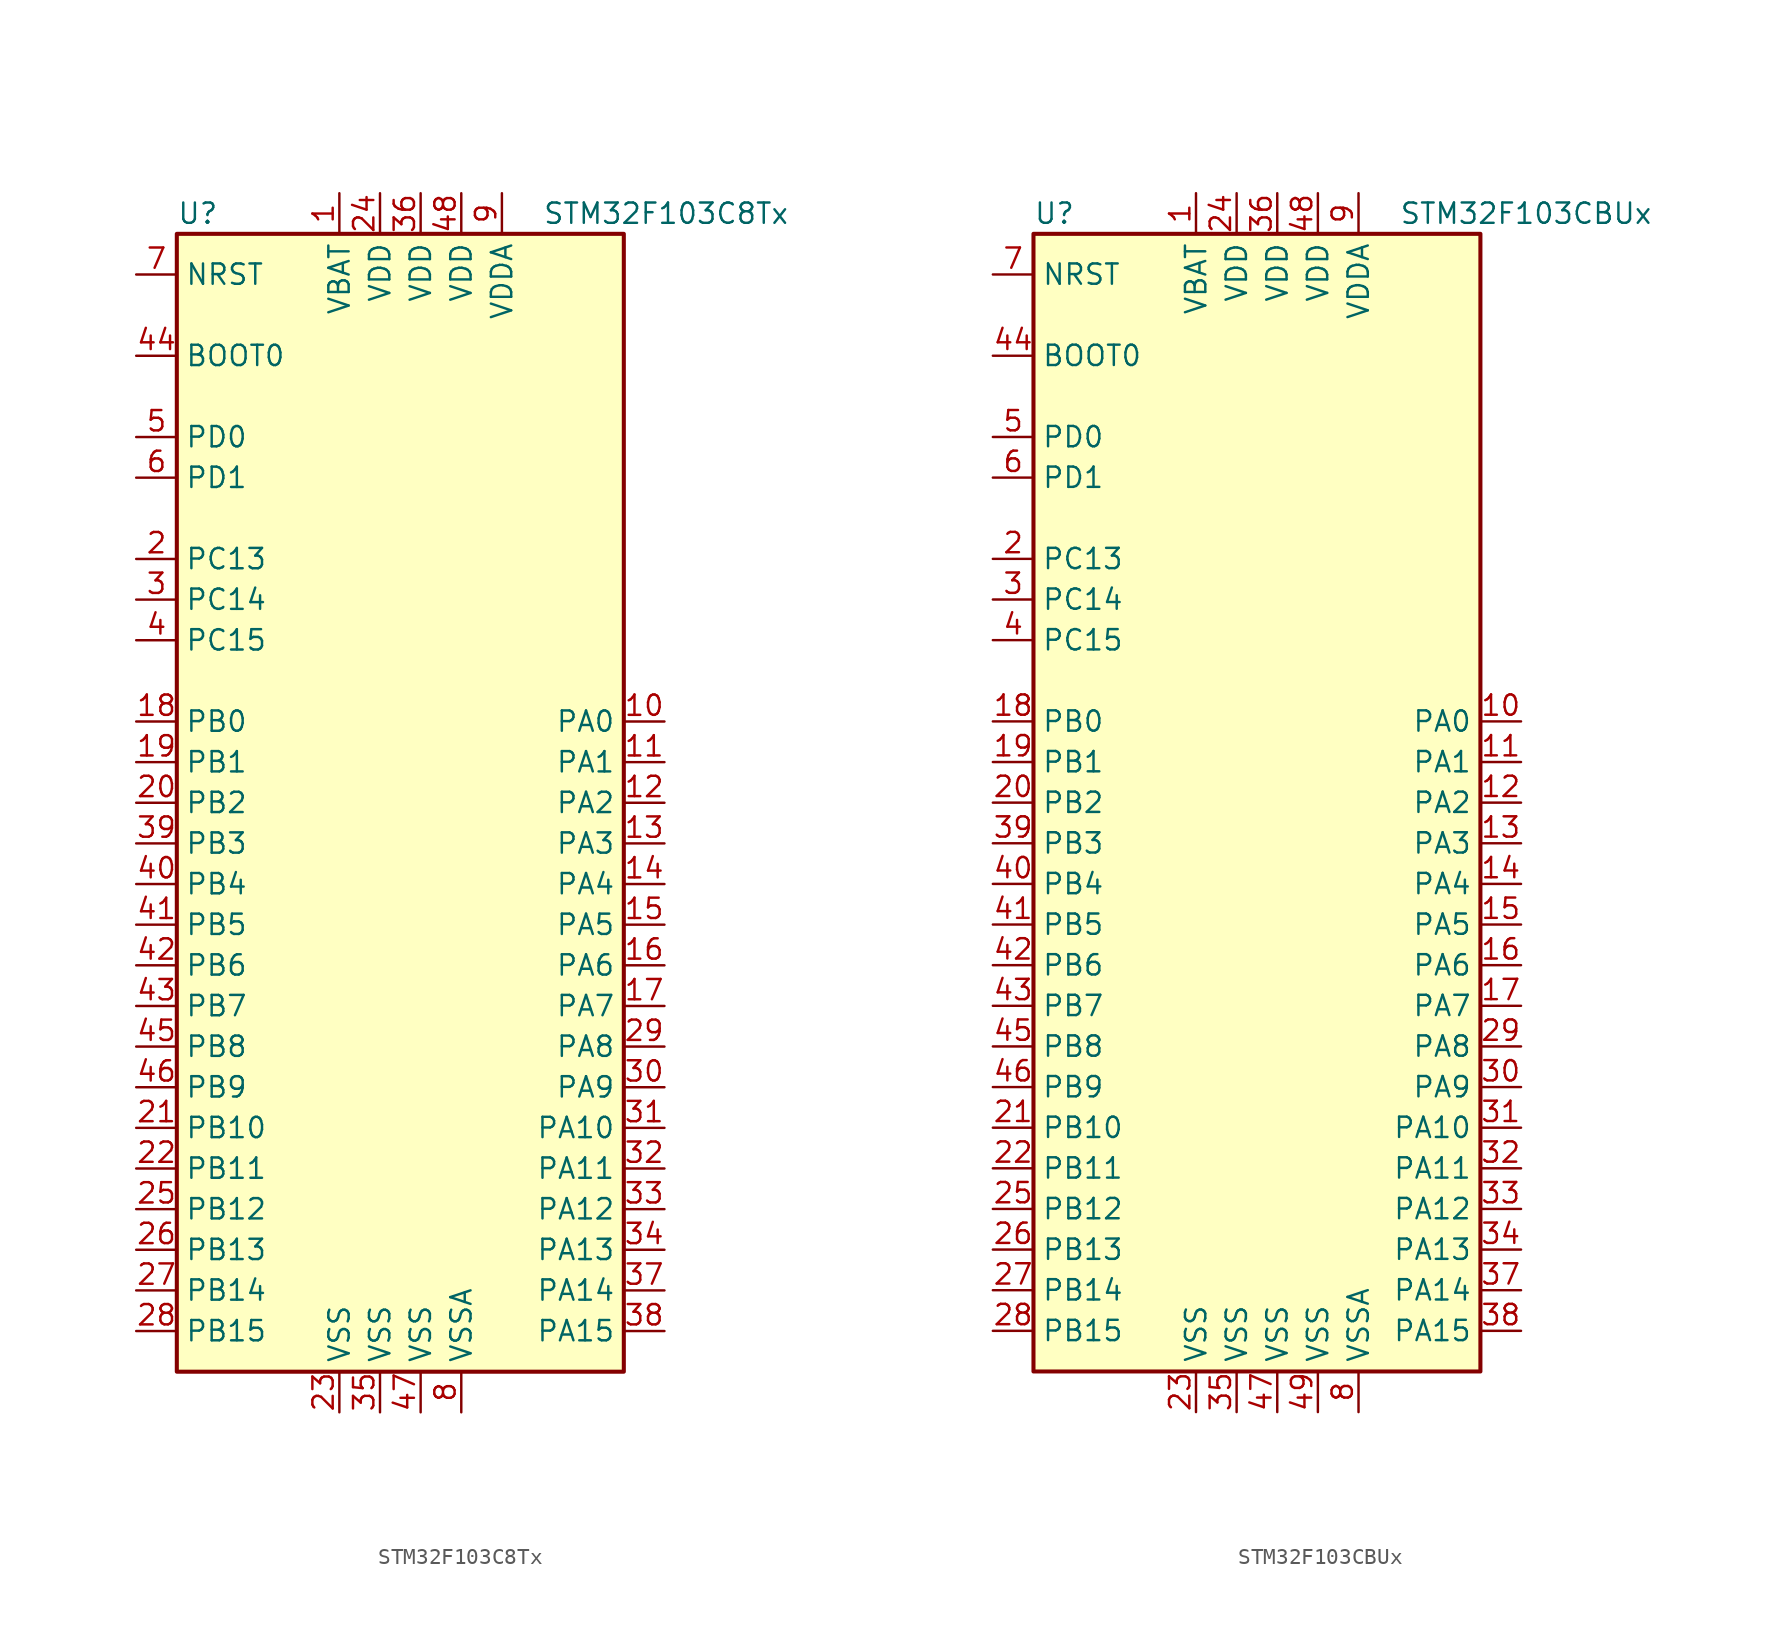
<source format=kicad_sym>
(kicad_symbol_lib
  (version 20201005)
  (generator kicad_symbol_editor)
  (symbol "MCU_ST_STM32F1:STM32F103C8Tx"
    (property "Reference" "U"
      (at -15.24 36.83 0)
      (effects (font (size 1.27 1.27)) (justify left)))
    (property "Value" "STM32F103C8Tx"
      (at 7.62 36.83 0)
      (effects (font (size 1.27 1.27)) (justify left)))
    (symbol "STM32F103C8Tx_0_1"
      (rectangle (start -15.24 -35.56) (end 12.7 35.56) (stroke (width 0.254)) (fill (type background))))
    (symbol "STM32F103C8Tx_1_1"
      (pin input line (at -17.78 27.94 0) (length 2.54) (name "BOOT0" (effects (font (size 1.27 1.27)))) (number "44" (effects (font (size 1.27 1.27)))))
      (pin input line (at -17.78 33.02 0) (length 2.54) (name "NRST" (effects (font (size 1.27 1.27)))) (number "7" (effects (font (size 1.27 1.27)))))
      (pin bidirectional line (at 15.24 5.08 180) (length 2.54) (name "PA0" (effects (font (size 1.27 1.27)))) (number "10" (effects (font (size 1.27 1.27)))))
      (pin bidirectional line (at 15.24 2.54 180) (length 2.54) (name "PA1" (effects (font (size 1.27 1.27)))) (number "11" (effects (font (size 1.27 1.27)))))
      (pin bidirectional line (at 15.24 -20.32 180) (length 2.54) (name "PA10" (effects (font (size 1.27 1.27)))) (number "31" (effects (font (size 1.27 1.27)))))
      (pin bidirectional line (at 15.24 -22.86 180) (length 2.54) (name "PA11" (effects (font (size 1.27 1.27)))) (number "32" (effects (font (size 1.27 1.27)))))
      (pin bidirectional line (at 15.24 -25.4 180) (length 2.54) (name "PA12" (effects (font (size 1.27 1.27)))) (number "33" (effects (font (size 1.27 1.27)))))
      (pin bidirectional line (at 15.24 -27.94 180) (length 2.54) (name "PA13" (effects (font (size 1.27 1.27)))) (number "34" (effects (font (size 1.27 1.27)))))
      (pin bidirectional line (at 15.24 -30.48 180) (length 2.54) (name "PA14" (effects (font (size 1.27 1.27)))) (number "37" (effects (font (size 1.27 1.27)))))
      (pin bidirectional line (at 15.24 -33.02 180) (length 2.54) (name "PA15" (effects (font (size 1.27 1.27)))) (number "38" (effects (font (size 1.27 1.27)))))
      (pin bidirectional line (at 15.24 0 180) (length 2.54) (name "PA2" (effects (font (size 1.27 1.27)))) (number "12" (effects (font (size 1.27 1.27)))))
      (pin bidirectional line (at 15.24 -2.54 180) (length 2.54) (name "PA3" (effects (font (size 1.27 1.27)))) (number "13" (effects (font (size 1.27 1.27)))))
      (pin bidirectional line (at 15.24 -5.08 180) (length 2.54) (name "PA4" (effects (font (size 1.27 1.27)))) (number "14" (effects (font (size 1.27 1.27)))))
      (pin bidirectional line (at 15.24 -7.62 180) (length 2.54) (name "PA5" (effects (font (size 1.27 1.27)))) (number "15" (effects (font (size 1.27 1.27)))))
      (pin bidirectional line (at 15.24 -10.16 180) (length 2.54) (name "PA6" (effects (font (size 1.27 1.27)))) (number "16" (effects (font (size 1.27 1.27)))))
      (pin bidirectional line (at 15.24 -12.7 180) (length 2.54) (name "PA7" (effects (font (size 1.27 1.27)))) (number "17" (effects (font (size 1.27 1.27)))))
      (pin bidirectional line (at 15.24 -15.24 180) (length 2.54) (name "PA8" (effects (font (size 1.27 1.27)))) (number "29" (effects (font (size 1.27 1.27)))))
      (pin bidirectional line (at 15.24 -17.78 180) (length 2.54) (name "PA9" (effects (font (size 1.27 1.27)))) (number "30" (effects (font (size 1.27 1.27)))))
      (pin bidirectional line (at -17.78 5.08 0) (length 2.54) (name "PB0" (effects (font (size 1.27 1.27)))) (number "18" (effects (font (size 1.27 1.27)))))
      (pin bidirectional line (at -17.78 2.54 0) (length 2.54) (name "PB1" (effects (font (size 1.27 1.27)))) (number "19" (effects (font (size 1.27 1.27)))))
      (pin bidirectional line (at -17.78 -20.32 0) (length 2.54) (name "PB10" (effects (font (size 1.27 1.27)))) (number "21" (effects (font (size 1.27 1.27)))))
      (pin bidirectional line (at -17.78 -22.86 0) (length 2.54) (name "PB11" (effects (font (size 1.27 1.27)))) (number "22" (effects (font (size 1.27 1.27)))))
      (pin bidirectional line (at -17.78 -25.4 0) (length 2.54) (name "PB12" (effects (font (size 1.27 1.27)))) (number "25" (effects (font (size 1.27 1.27)))))
      (pin bidirectional line (at -17.78 -27.94 0) (length 2.54) (name "PB13" (effects (font (size 1.27 1.27)))) (number "26" (effects (font (size 1.27 1.27)))))
      (pin bidirectional line (at -17.78 -30.48 0) (length 2.54) (name "PB14" (effects (font (size 1.27 1.27)))) (number "27" (effects (font (size 1.27 1.27)))))
      (pin bidirectional line (at -17.78 -33.02 0) (length 2.54) (name "PB15" (effects (font (size 1.27 1.27)))) (number "28" (effects (font (size 1.27 1.27)))))
      (pin bidirectional line (at -17.78 0 0) (length 2.54) (name "PB2" (effects (font (size 1.27 1.27)))) (number "20" (effects (font (size 1.27 1.27)))))
      (pin bidirectional line (at -17.78 -2.54 0) (length 2.54) (name "PB3" (effects (font (size 1.27 1.27)))) (number "39" (effects (font (size 1.27 1.27)))))
      (pin bidirectional line (at -17.78 -5.08 0) (length 2.54) (name "PB4" (effects (font (size 1.27 1.27)))) (number "40" (effects (font (size 1.27 1.27)))))
      (pin bidirectional line (at -17.78 -7.62 0) (length 2.54) (name "PB5" (effects (font (size 1.27 1.27)))) (number "41" (effects (font (size 1.27 1.27)))))
      (pin bidirectional line (at -17.78 -10.16 0) (length 2.54) (name "PB6" (effects (font (size 1.27 1.27)))) (number "42" (effects (font (size 1.27 1.27)))))
      (pin bidirectional line (at -17.78 -12.7 0) (length 2.54) (name "PB7" (effects (font (size 1.27 1.27)))) (number "43" (effects (font (size 1.27 1.27)))))
      (pin bidirectional line (at -17.78 -15.24 0) (length 2.54) (name "PB8" (effects (font (size 1.27 1.27)))) (number "45" (effects (font (size 1.27 1.27)))))
      (pin bidirectional line (at -17.78 -17.78 0) (length 2.54) (name "PB9" (effects (font (size 1.27 1.27)))) (number "46" (effects (font (size 1.27 1.27)))))
      (pin bidirectional line (at -17.78 15.24 0) (length 2.54) (name "PC13" (effects (font (size 1.27 1.27)))) (number "2" (effects (font (size 1.27 1.27)))))
      (pin bidirectional line (at -17.78 12.7 0) (length 2.54) (name "PC14" (effects (font (size 1.27 1.27)))) (number "3" (effects (font (size 1.27 1.27)))))
      (pin bidirectional line (at -17.78 10.16 0) (length 2.54) (name "PC15" (effects (font (size 1.27 1.27)))) (number "4" (effects (font (size 1.27 1.27)))))
      (pin input line (at -17.78 22.86 0) (length 2.54) (name "PD0" (effects (font (size 1.27 1.27)))) (number "5" (effects (font (size 1.27 1.27)))))
      (pin input line (at -17.78 20.32 0) (length 2.54) (name "PD1" (effects (font (size 1.27 1.27)))) (number "6" (effects (font (size 1.27 1.27)))))
      (pin power_in line (at -5.08 38.1 270) (length 2.54) (name "VBAT" (effects (font (size 1.27 1.27)))) (number "1" (effects (font (size 1.27 1.27)))))
      (pin power_in line (at -2.54 38.1 270) (length 2.54) (name "VDD" (effects (font (size 1.27 1.27)))) (number "24" (effects (font (size 1.27 1.27)))))
      (pin power_in line (at 0 38.1 270) (length 2.54) (name "VDD" (effects (font (size 1.27 1.27)))) (number "36" (effects (font (size 1.27 1.27)))))
      (pin power_in line (at 2.54 38.1 270) (length 2.54) (name "VDD" (effects (font (size 1.27 1.27)))) (number "48" (effects (font (size 1.27 1.27)))))
      (pin power_in line (at 5.08 38.1 270) (length 2.54) (name "VDDA" (effects (font (size 1.27 1.27)))) (number "9" (effects (font (size 1.27 1.27)))))
      (pin power_in line (at -5.08 -38.1 90) (length 2.54) (name "VSS" (effects (font (size 1.27 1.27)))) (number "23" (effects (font (size 1.27 1.27)))))
      (pin power_in line (at -2.54 -38.1 90) (length 2.54) (name "VSS" (effects (font (size 1.27 1.27)))) (number "35" (effects (font (size 1.27 1.27)))))
      (pin power_in line (at 0 -38.1 90) (length 2.54) (name "VSS" (effects (font (size 1.27 1.27)))) (number "47" (effects (font (size 1.27 1.27)))))
      (pin power_in line (at 2.54 -38.1 90) (length 2.54) (name "VSSA" (effects (font (size 1.27 1.27)))) (number "8" (effects (font (size 1.27 1.27)))))))
  (symbol "MCU_ST_STM32F1:STM32F103CBUx"
    (property "Reference" "U"
      (at -15.24 36.83 0)
      (effects (font (size 1.27 1.27)) (justify left)))
    (property "Value" "STM32F103CBUx"
      (at 7.62 36.83 0)
      (effects (font (size 1.27 1.27)) (justify left)))
    (symbol "STM32F103CBUx_0_1"
      (rectangle (start -15.24 -35.56) (end 12.7 35.56) (stroke (width 0.254)) (fill (type background))))
    (symbol "STM32F103CBUx_1_1"
      (pin input line (at -17.78 27.94 0) (length 2.54) (name "BOOT0" (effects (font (size 1.27 1.27)))) (number "44" (effects (font (size 1.27 1.27)))))
      (pin input line (at -17.78 33.02 0) (length 2.54) (name "NRST" (effects (font (size 1.27 1.27)))) (number "7" (effects (font (size 1.27 1.27)))))
      (pin bidirectional line (at 15.24 5.08 180) (length 2.54) (name "PA0" (effects (font (size 1.27 1.27)))) (number "10" (effects (font (size 1.27 1.27)))))
      (pin bidirectional line (at 15.24 2.54 180) (length 2.54) (name "PA1" (effects (font (size 1.27 1.27)))) (number "11" (effects (font (size 1.27 1.27)))))
      (pin bidirectional line (at 15.24 -20.32 180) (length 2.54) (name "PA10" (effects (font (size 1.27 1.27)))) (number "31" (effects (font (size 1.27 1.27)))))
      (pin bidirectional line (at 15.24 -22.86 180) (length 2.54) (name "PA11" (effects (font (size 1.27 1.27)))) (number "32" (effects (font (size 1.27 1.27)))))
      (pin bidirectional line (at 15.24 -25.4 180) (length 2.54) (name "PA12" (effects (font (size 1.27 1.27)))) (number "33" (effects (font (size 1.27 1.27)))))
      (pin bidirectional line (at 15.24 -27.94 180) (length 2.54) (name "PA13" (effects (font (size 1.27 1.27)))) (number "34" (effects (font (size 1.27 1.27)))))
      (pin bidirectional line (at 15.24 -30.48 180) (length 2.54) (name "PA14" (effects (font (size 1.27 1.27)))) (number "37" (effects (font (size 1.27 1.27)))))
      (pin bidirectional line (at 15.24 -33.02 180) (length 2.54) (name "PA15" (effects (font (size 1.27 1.27)))) (number "38" (effects (font (size 1.27 1.27)))))
      (pin bidirectional line (at 15.24 0 180) (length 2.54) (name "PA2" (effects (font (size 1.27 1.27)))) (number "12" (effects (font (size 1.27 1.27)))))
      (pin bidirectional line (at 15.24 -2.54 180) (length 2.54) (name "PA3" (effects (font (size 1.27 1.27)))) (number "13" (effects (font (size 1.27 1.27)))))
      (pin bidirectional line (at 15.24 -5.08 180) (length 2.54) (name "PA4" (effects (font (size 1.27 1.27)))) (number "14" (effects (font (size 1.27 1.27)))))
      (pin bidirectional line (at 15.24 -7.62 180) (length 2.54) (name "PA5" (effects (font (size 1.27 1.27)))) (number "15" (effects (font (size 1.27 1.27)))))
      (pin bidirectional line (at 15.24 -10.16 180) (length 2.54) (name "PA6" (effects (font (size 1.27 1.27)))) (number "16" (effects (font (size 1.27 1.27)))))
      (pin bidirectional line (at 15.24 -12.7 180) (length 2.54) (name "PA7" (effects (font (size 1.27 1.27)))) (number "17" (effects (font (size 1.27 1.27)))))
      (pin bidirectional line (at 15.24 -15.24 180) (length 2.54) (name "PA8" (effects (font (size 1.27 1.27)))) (number "29" (effects (font (size 1.27 1.27)))))
      (pin bidirectional line (at 15.24 -17.78 180) (length 2.54) (name "PA9" (effects (font (size 1.27 1.27)))) (number "30" (effects (font (size 1.27 1.27)))))
      (pin bidirectional line (at -17.78 5.08 0) (length 2.54) (name "PB0" (effects (font (size 1.27 1.27)))) (number "18" (effects (font (size 1.27 1.27)))))
      (pin bidirectional line (at -17.78 2.54 0) (length 2.54) (name "PB1" (effects (font (size 1.27 1.27)))) (number "19" (effects (font (size 1.27 1.27)))))
      (pin bidirectional line (at -17.78 -20.32 0) (length 2.54) (name "PB10" (effects (font (size 1.27 1.27)))) (number "21" (effects (font (size 1.27 1.27)))))
      (pin bidirectional line (at -17.78 -22.86 0) (length 2.54) (name "PB11" (effects (font (size 1.27 1.27)))) (number "22" (effects (font (size 1.27 1.27)))))
      (pin bidirectional line (at -17.78 -25.4 0) (length 2.54) (name "PB12" (effects (font (size 1.27 1.27)))) (number "25" (effects (font (size 1.27 1.27)))))
      (pin bidirectional line (at -17.78 -27.94 0) (length 2.54) (name "PB13" (effects (font (size 1.27 1.27)))) (number "26" (effects (font (size 1.27 1.27)))))
      (pin bidirectional line (at -17.78 -30.48 0) (length 2.54) (name "PB14" (effects (font (size 1.27 1.27)))) (number "27" (effects (font (size 1.27 1.27)))))
      (pin bidirectional line (at -17.78 -33.02 0) (length 2.54) (name "PB15" (effects (font (size 1.27 1.27)))) (number "28" (effects (font (size 1.27 1.27)))))
      (pin bidirectional line (at -17.78 0 0) (length 2.54) (name "PB2" (effects (font (size 1.27 1.27)))) (number "20" (effects (font (size 1.27 1.27)))))
      (pin bidirectional line (at -17.78 -2.54 0) (length 2.54) (name "PB3" (effects (font (size 1.27 1.27)))) (number "39" (effects (font (size 1.27 1.27)))))
      (pin bidirectional line (at -17.78 -5.08 0) (length 2.54) (name "PB4" (effects (font (size 1.27 1.27)))) (number "40" (effects (font (size 1.27 1.27)))))
      (pin bidirectional line (at -17.78 -7.62 0) (length 2.54) (name "PB5" (effects (font (size 1.27 1.27)))) (number "41" (effects (font (size 1.27 1.27)))))
      (pin bidirectional line (at -17.78 -10.16 0) (length 2.54) (name "PB6" (effects (font (size 1.27 1.27)))) (number "42" (effects (font (size 1.27 1.27)))))
      (pin bidirectional line (at -17.78 -12.7 0) (length 2.54) (name "PB7" (effects (font (size 1.27 1.27)))) (number "43" (effects (font (size 1.27 1.27)))))
      (pin bidirectional line (at -17.78 -15.24 0) (length 2.54) (name "PB8" (effects (font (size 1.27 1.27)))) (number "45" (effects (font (size 1.27 1.27)))))
      (pin bidirectional line (at -17.78 -17.78 0) (length 2.54) (name "PB9" (effects (font (size 1.27 1.27)))) (number "46" (effects (font (size 1.27 1.27)))))
      (pin bidirectional line (at -17.78 15.24 0) (length 2.54) (name "PC13" (effects (font (size 1.27 1.27)))) (number "2" (effects (font (size 1.27 1.27)))))
      (pin bidirectional line (at -17.78 12.7 0) (length 2.54) (name "PC14" (effects (font (size 1.27 1.27)))) (number "3" (effects (font (size 1.27 1.27)))))
      (pin bidirectional line (at -17.78 10.16 0) (length 2.54) (name "PC15" (effects (font (size 1.27 1.27)))) (number "4" (effects (font (size 1.27 1.27)))))
      (pin input line (at -17.78 22.86 0) (length 2.54) (name "PD0" (effects (font (size 1.27 1.27)))) (number "5" (effects (font (size 1.27 1.27)))))
      (pin input line (at -17.78 20.32 0) (length 2.54) (name "PD1" (effects (font (size 1.27 1.27)))) (number "6" (effects (font (size 1.27 1.27)))))
      (pin power_in line (at -5.08 38.1 270) (length 2.54) (name "VBAT" (effects (font (size 1.27 1.27)))) (number "1" (effects (font (size 1.27 1.27)))))
      (pin power_in line (at -2.54 38.1 270) (length 2.54) (name "VDD" (effects (font (size 1.27 1.27)))) (number "24" (effects (font (size 1.27 1.27)))))
      (pin power_in line (at 0 38.1 270) (length 2.54) (name "VDD" (effects (font (size 1.27 1.27)))) (number "36" (effects (font (size 1.27 1.27)))))
      (pin power_in line (at 2.54 38.1 270) (length 2.54) (name "VDD" (effects (font (size 1.27 1.27)))) (number "48" (effects (font (size 1.27 1.27)))))
      (pin power_in line (at 5.08 38.1 270) (length 2.54) (name "VDDA" (effects (font (size 1.27 1.27)))) (number "9" (effects (font (size 1.27 1.27)))))
      (pin power_in line (at -5.08 -38.1 90) (length 2.54) (name "VSS" (effects (font (size 1.27 1.27)))) (number "23" (effects (font (size 1.27 1.27)))))
      (pin power_in line (at -2.54 -38.1 90) (length 2.54) (name "VSS" (effects (font (size 1.27 1.27)))) (number "35" (effects (font (size 1.27 1.27)))))
      (pin power_in line (at 0 -38.1 90) (length 2.54) (name "VSS" (effects (font (size 1.27 1.27)))) (number "47" (effects (font (size 1.27 1.27)))))
      (pin power_in line (at 2.54 -38.1 90) (length 2.54) (name "VSS" (effects (font (size 1.27 1.27)))) (number "49" (effects (font (size 1.27 1.27)))))
      (pin power_in line (at 5.08 -38.1 90) (length 2.54) (name "VSSA" (effects (font (size 1.27 1.27)))) (number "8" (effects (font (size 1.27 1.27))))))))
</source>
